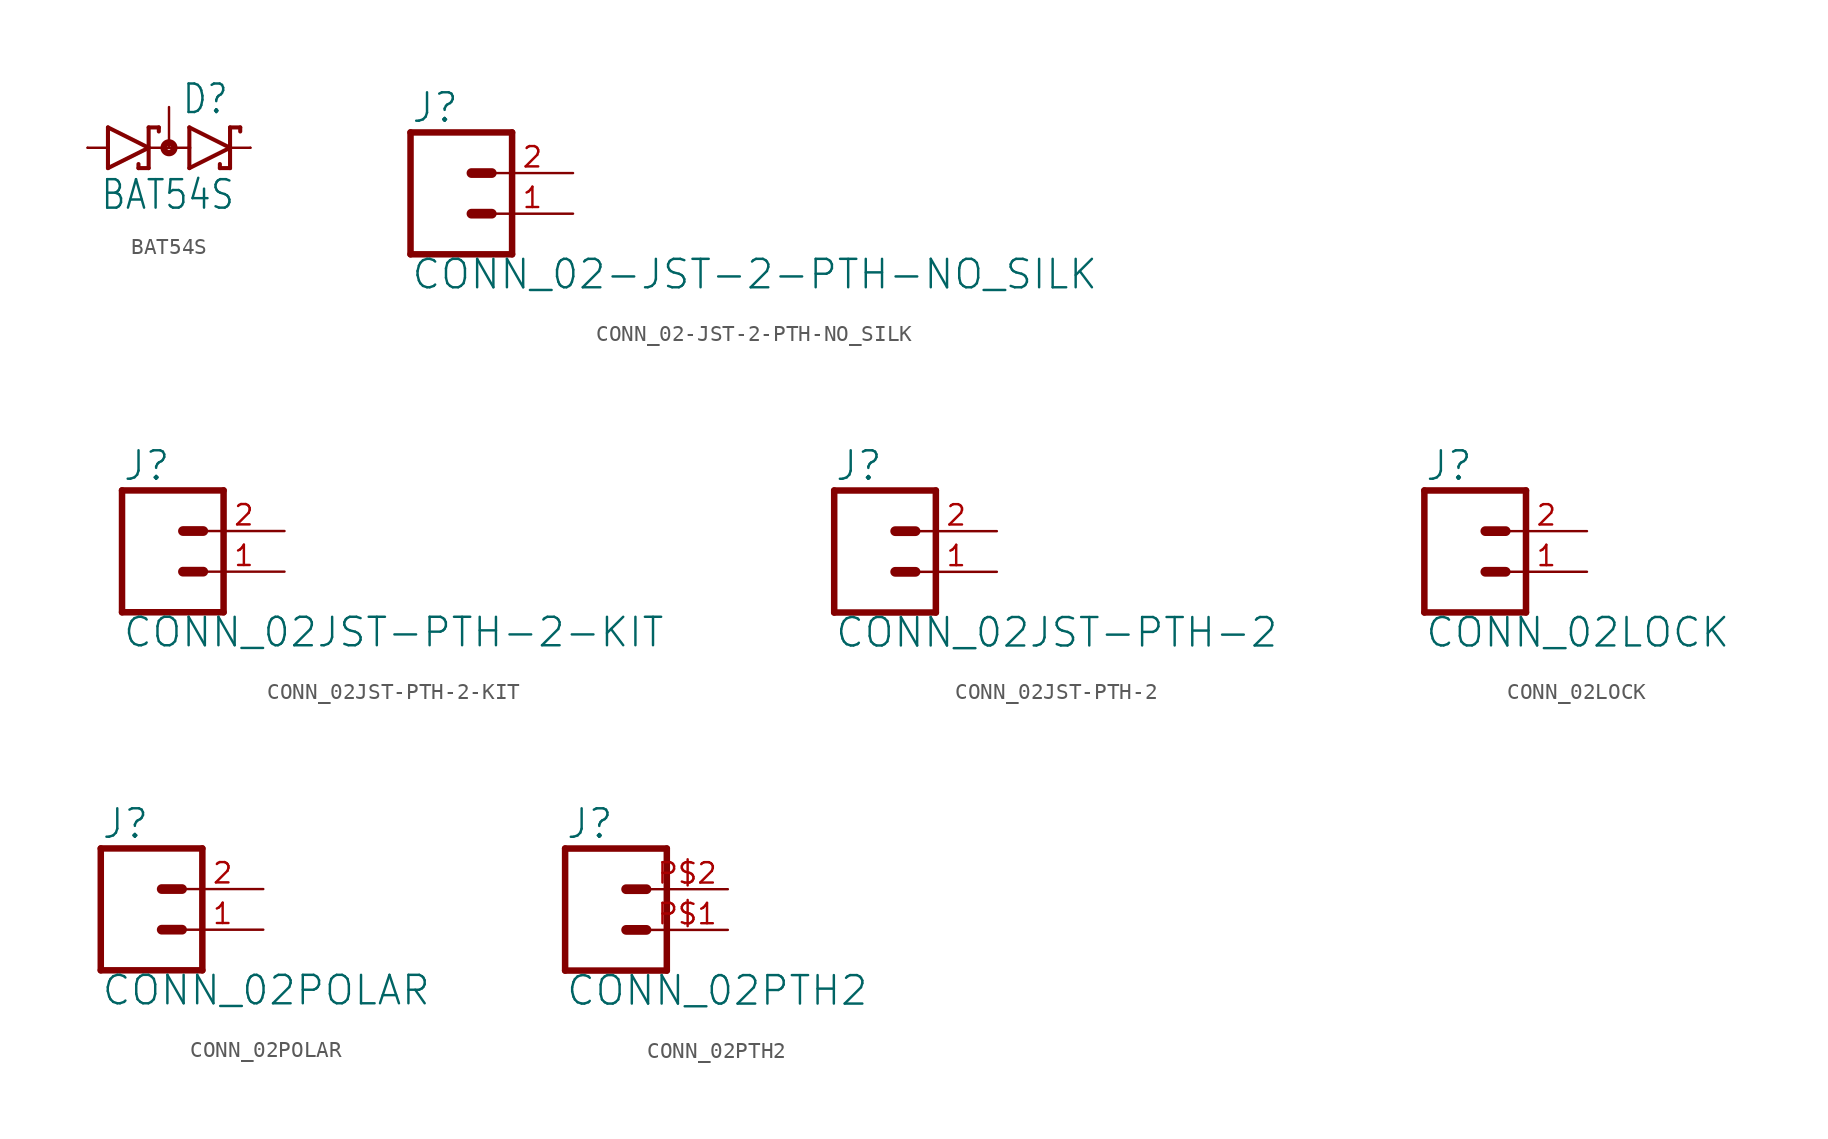
<source format=kicad_sym>
(kicad_symbol_lib
  (version 20211014)
  (generator kicad_symbol_editor)
  (symbol "BAT54S"
    (property "Reference" "D"
      (at 0.762 2.007 0)
      (effects (font (size 1.778 1.511)) (justify left bottom)))
    (property "Value" "BAT54S"
      (at -4.318 -3.962 0)
      (effects (font (size 1.778 1.511)) (justify left bottom)))
    (property "ki_locked" ""
      (at 0 0 0)
      (effects (font (size 1.27 1.27))))
    (symbol "BAT54S_1_0"
      (polyline (pts (xy -5.08 0) (xy -3.81 0)) (stroke (width 0.152) (type default) (color 0 0 0 0)) (fill (type none)))
      (polyline (pts (xy -3.81 -1.27) (xy -1.27 0)) (stroke (width 0.254) (type default) (color 0 0 0 0)) (fill (type none)))
      (polyline (pts (xy -3.81 0) (xy -3.81 -1.27)) (stroke (width 0.254) (type default) (color 0 0 0 0)) (fill (type none)))
      (polyline (pts (xy -3.81 1.27) (xy -3.81 0)) (stroke (width 0.254) (type default) (color 0 0 0 0)) (fill (type none)))
      (polyline (pts (xy -1.905 -1.016) (xy -1.905 -1.27)) (stroke (width 0.254) (type default) (color 0 0 0 0)) (fill (type none)))
      (polyline (pts (xy -1.27 -1.27) (xy -1.905 -1.27)) (stroke (width 0.254) (type default) (color 0 0 0 0)) (fill (type none)))
      (polyline (pts (xy -1.27 0) (xy -3.81 1.27)) (stroke (width 0.254) (type default) (color 0 0 0 0)) (fill (type none)))
      (polyline (pts (xy -1.27 0) (xy -1.27 -1.27)) (stroke (width 0.254) (type default) (color 0 0 0 0)) (fill (type none)))
      (polyline (pts (xy -1.27 0) (xy 1.27 0)) (stroke (width 0.152) (type default) (color 0 0 0 0)) (fill (type none)))
      (polyline (pts (xy -1.27 1.27) (xy -1.27 0)) (stroke (width 0.254) (type default) (color 0 0 0 0)) (fill (type none)))
      (polyline (pts (xy -0.635 1.016) (xy -0.635 1.27)) (stroke (width 0.254) (type default) (color 0 0 0 0)) (fill (type none)))
      (polyline (pts (xy -0.635 1.27) (xy -1.27 1.27)) (stroke (width 0.254) (type default) (color 0 0 0 0)) (fill (type none)))
      (polyline (pts (xy 1.27 -1.27) (xy 1.27 0)) (stroke (width 0.254) (type default) (color 0 0 0 0)) (fill (type none)))
      (polyline (pts (xy 1.27 0) (xy 1.27 1.27)) (stroke (width 0.254) (type default) (color 0 0 0 0)) (fill (type none)))
      (polyline (pts (xy 1.27 1.27) (xy 3.81 0)) (stroke (width 0.254) (type default) (color 0 0 0 0)) (fill (type none)))
      (polyline (pts (xy 3.175 -1.27) (xy 3.81 -1.27)) (stroke (width 0.254) (type default) (color 0 0 0 0)) (fill (type none)))
      (polyline (pts (xy 3.175 -1.016) (xy 3.175 -1.27)) (stroke (width 0.254) (type default) (color 0 0 0 0)) (fill (type none)))
      (polyline (pts (xy 3.81 -1.27) (xy 3.81 0)) (stroke (width 0.254) (type default) (color 0 0 0 0)) (fill (type none)))
      (polyline (pts (xy 3.81 0) (xy 1.27 -1.27)) (stroke (width 0.254) (type default) (color 0 0 0 0)) (fill (type none)))
      (polyline (pts (xy 3.81 0) (xy 3.81 1.27)) (stroke (width 0.254) (type default) (color 0 0 0 0)) (fill (type none)))
      (polyline (pts (xy 3.81 0) (xy 5.08 0)) (stroke (width 0.152) (type default) (color 0 0 0 0)) (fill (type none)))
      (polyline (pts (xy 3.81 1.27) (xy 4.445 1.27)) (stroke (width 0.254) (type default) (color 0 0 0 0)) (fill (type none)))
      (polyline (pts (xy 4.445 1.016) (xy 4.445 1.27)) (stroke (width 0.254) (type default) (color 0 0 0 0)) (fill (type none)))
      (circle (center 0 0) (radius 0.127) (stroke (width 0.406) (type default) (color 0 0 0 0)) (fill (type none)))
      (pin passive line (at -5.08 0 0) (length 0) (name "A1" (effects (font (size 0 0)))) (number "1" (effects (font (size 0 0)))))
      (pin passive line (at 5.08 0 180) (length 0) (name "C2" (effects (font (size 0 0)))) (number "2" (effects (font (size 0 0)))))
      (pin passive line (at 0 2.54 270) (length 2.54) (name "C1A2" (effects (font (size 0 0)))) (number "3" (effects (font (size 0 0)))))))
  (symbol "CONN_02-JST-2-PTH-NO_SILK"
    (property "Reference" "J"
      (at -2.54 5.588 0)
      (effects (font (size 1.778 1.778)) (justify left bottom)))
    (property "Value" "CONN_02-JST-2-PTH-NO_SILK"
      (at -2.54 -4.826 0)
      (effects (font (size 1.778 1.778)) (justify left bottom)))
    (property "ki_locked" ""
      (at 0 0 0)
      (effects (font (size 1.27 1.27))))
    (symbol "CONN_02-JST-2-PTH-NO_SILK_1_0"
      (polyline (pts (xy -2.54 5.08) (xy -2.54 -2.54)) (stroke (width 0.406) (type default) (color 0 0 0 0)) (fill (type none)))
      (polyline (pts (xy -2.54 5.08) (xy 3.81 5.08)) (stroke (width 0.406) (type default) (color 0 0 0 0)) (fill (type none)))
      (polyline (pts (xy 1.27 0) (xy 2.54 0)) (stroke (width 0.61) (type default) (color 0 0 0 0)) (fill (type none)))
      (polyline (pts (xy 1.27 2.54) (xy 2.54 2.54)) (stroke (width 0.61) (type default) (color 0 0 0 0)) (fill (type none)))
      (polyline (pts (xy 3.81 -2.54) (xy -2.54 -2.54)) (stroke (width 0.406) (type default) (color 0 0 0 0)) (fill (type none)))
      (polyline (pts (xy 3.81 -2.54) (xy 3.81 5.08)) (stroke (width 0.406) (type default) (color 0 0 0 0)) (fill (type none)))
      (pin passive line (at 7.62 0 180) (length 5.08) (name "1" (effects (font (size 0 0)))) (number "1" (effects (font (size 1.27 1.27)))))
      (pin passive line (at 7.62 2.54 180) (length 5.08) (name "2" (effects (font (size 0 0)))) (number "2" (effects (font (size 1.27 1.27)))))))
  (symbol "CONN_02JST-PTH-2-KIT"
    (property "Reference" "J"
      (at -2.54 5.588 0)
      (effects (font (size 1.778 1.778)) (justify left bottom)))
    (property "Value" "CONN_02JST-PTH-2-KIT"
      (at -2.54 -4.826 0)
      (effects (font (size 1.778 1.778)) (justify left bottom)))
    (property "ki_locked" ""
      (at 0 0 0)
      (effects (font (size 1.27 1.27))))
    (symbol "CONN_02JST-PTH-2-KIT_1_0"
      (polyline (pts (xy -2.54 5.08) (xy -2.54 -2.54)) (stroke (width 0.406) (type default) (color 0 0 0 0)) (fill (type none)))
      (polyline (pts (xy -2.54 5.08) (xy 3.81 5.08)) (stroke (width 0.406) (type default) (color 0 0 0 0)) (fill (type none)))
      (polyline (pts (xy 1.27 0) (xy 2.54 0)) (stroke (width 0.61) (type default) (color 0 0 0 0)) (fill (type none)))
      (polyline (pts (xy 1.27 2.54) (xy 2.54 2.54)) (stroke (width 0.61) (type default) (color 0 0 0 0)) (fill (type none)))
      (polyline (pts (xy 3.81 -2.54) (xy -2.54 -2.54)) (stroke (width 0.406) (type default) (color 0 0 0 0)) (fill (type none)))
      (polyline (pts (xy 3.81 -2.54) (xy 3.81 5.08)) (stroke (width 0.406) (type default) (color 0 0 0 0)) (fill (type none)))
      (pin passive line (at 7.62 0 180) (length 5.08) (name "1" (effects (font (size 0 0)))) (number "1" (effects (font (size 1.27 1.27)))))
      (pin passive line (at 7.62 2.54 180) (length 5.08) (name "2" (effects (font (size 0 0)))) (number "2" (effects (font (size 1.27 1.27)))))))
  (symbol "CONN_02JST-PTH-2"
    (property "Reference" "J"
      (at -2.54 5.588 0)
      (effects (font (size 1.778 1.778)) (justify left bottom)))
    (property "Value" "CONN_02JST-PTH-2"
      (at -2.54 -4.826 0)
      (effects (font (size 1.778 1.778)) (justify left bottom)))
    (property "ki_locked" ""
      (at 0 0 0)
      (effects (font (size 1.27 1.27))))
    (symbol "CONN_02JST-PTH-2_1_0"
      (polyline (pts (xy -2.54 5.08) (xy -2.54 -2.54)) (stroke (width 0.406) (type default) (color 0 0 0 0)) (fill (type none)))
      (polyline (pts (xy -2.54 5.08) (xy 3.81 5.08)) (stroke (width 0.406) (type default) (color 0 0 0 0)) (fill (type none)))
      (polyline (pts (xy 1.27 0) (xy 2.54 0)) (stroke (width 0.61) (type default) (color 0 0 0 0)) (fill (type none)))
      (polyline (pts (xy 1.27 2.54) (xy 2.54 2.54)) (stroke (width 0.61) (type default) (color 0 0 0 0)) (fill (type none)))
      (polyline (pts (xy 3.81 -2.54) (xy -2.54 -2.54)) (stroke (width 0.406) (type default) (color 0 0 0 0)) (fill (type none)))
      (polyline (pts (xy 3.81 -2.54) (xy 3.81 5.08)) (stroke (width 0.406) (type default) (color 0 0 0 0)) (fill (type none)))
      (pin passive line (at 7.62 0 180) (length 5.08) (name "1" (effects (font (size 0 0)))) (number "1" (effects (font (size 1.27 1.27)))))
      (pin passive line (at 7.62 2.54 180) (length 5.08) (name "2" (effects (font (size 0 0)))) (number "2" (effects (font (size 1.27 1.27)))))))
  (symbol "CONN_02LOCK"
    (property "Reference" "J"
      (at -2.54 5.588 0)
      (effects (font (size 1.778 1.778)) (justify left bottom)))
    (property "Value" "CONN_02LOCK"
      (at -2.54 -4.826 0)
      (effects (font (size 1.778 1.778)) (justify left bottom)))
    (property "ki_locked" ""
      (at 0 0 0)
      (effects (font (size 1.27 1.27))))
    (symbol "CONN_02LOCK_1_0"
      (polyline (pts (xy -2.54 5.08) (xy -2.54 -2.54)) (stroke (width 0.406) (type default) (color 0 0 0 0)) (fill (type none)))
      (polyline (pts (xy -2.54 5.08) (xy 3.81 5.08)) (stroke (width 0.406) (type default) (color 0 0 0 0)) (fill (type none)))
      (polyline (pts (xy 1.27 0) (xy 2.54 0)) (stroke (width 0.61) (type default) (color 0 0 0 0)) (fill (type none)))
      (polyline (pts (xy 1.27 2.54) (xy 2.54 2.54)) (stroke (width 0.61) (type default) (color 0 0 0 0)) (fill (type none)))
      (polyline (pts (xy 3.81 -2.54) (xy -2.54 -2.54)) (stroke (width 0.406) (type default) (color 0 0 0 0)) (fill (type none)))
      (polyline (pts (xy 3.81 -2.54) (xy 3.81 5.08)) (stroke (width 0.406) (type default) (color 0 0 0 0)) (fill (type none)))
      (pin passive line (at 7.62 0 180) (length 5.08) (name "1" (effects (font (size 0 0)))) (number "1" (effects (font (size 1.27 1.27)))))
      (pin passive line (at 7.62 2.54 180) (length 5.08) (name "2" (effects (font (size 0 0)))) (number "2" (effects (font (size 1.27 1.27)))))))
  (symbol "CONN_02POLAR"
    (property "Reference" "J"
      (at -2.54 5.588 0)
      (effects (font (size 1.778 1.778)) (justify left bottom)))
    (property "Value" "CONN_02POLAR"
      (at -2.54 -4.826 0)
      (effects (font (size 1.778 1.778)) (justify left bottom)))
    (property "ki_locked" ""
      (at 0 0 0)
      (effects (font (size 1.27 1.27))))
    (symbol "CONN_02POLAR_1_0"
      (polyline (pts (xy -2.54 5.08) (xy -2.54 -2.54)) (stroke (width 0.406) (type default) (color 0 0 0 0)) (fill (type none)))
      (polyline (pts (xy -2.54 5.08) (xy 3.81 5.08)) (stroke (width 0.406) (type default) (color 0 0 0 0)) (fill (type none)))
      (polyline (pts (xy 1.27 0) (xy 2.54 0)) (stroke (width 0.61) (type default) (color 0 0 0 0)) (fill (type none)))
      (polyline (pts (xy 1.27 2.54) (xy 2.54 2.54)) (stroke (width 0.61) (type default) (color 0 0 0 0)) (fill (type none)))
      (polyline (pts (xy 3.81 -2.54) (xy -2.54 -2.54)) (stroke (width 0.406) (type default) (color 0 0 0 0)) (fill (type none)))
      (polyline (pts (xy 3.81 -2.54) (xy 3.81 5.08)) (stroke (width 0.406) (type default) (color 0 0 0 0)) (fill (type none)))
      (pin passive line (at 7.62 0 180) (length 5.08) (name "1" (effects (font (size 0 0)))) (number "1" (effects (font (size 1.27 1.27)))))
      (pin passive line (at 7.62 2.54 180) (length 5.08) (name "2" (effects (font (size 0 0)))) (number "2" (effects (font (size 1.27 1.27)))))))
  (symbol "CONN_02PTH2"
    (property "Reference" "J"
      (at -2.54 5.588 0)
      (effects (font (size 1.778 1.778)) (justify left bottom)))
    (property "Value" "CONN_02PTH2"
      (at -2.54 -4.826 0)
      (effects (font (size 1.778 1.778)) (justify left bottom)))
    (property "ki_locked" ""
      (at 0 0 0)
      (effects (font (size 1.27 1.27))))
    (symbol "CONN_02PTH2_1_0"
      (polyline (pts (xy -2.54 5.08) (xy -2.54 -2.54)) (stroke (width 0.406) (type default) (color 0 0 0 0)) (fill (type none)))
      (polyline (pts (xy -2.54 5.08) (xy 3.81 5.08)) (stroke (width 0.406) (type default) (color 0 0 0 0)) (fill (type none)))
      (polyline (pts (xy 1.27 0) (xy 2.54 0)) (stroke (width 0.61) (type default) (color 0 0 0 0)) (fill (type none)))
      (polyline (pts (xy 1.27 2.54) (xy 2.54 2.54)) (stroke (width 0.61) (type default) (color 0 0 0 0)) (fill (type none)))
      (polyline (pts (xy 3.81 -2.54) (xy -2.54 -2.54)) (stroke (width 0.406) (type default) (color 0 0 0 0)) (fill (type none)))
      (polyline (pts (xy 3.81 -2.54) (xy 3.81 5.08)) (stroke (width 0.406) (type default) (color 0 0 0 0)) (fill (type none)))
      (pin passive line (at 7.62 0 180) (length 5.08) (name "1" (effects (font (size 0 0)))) (number "P$1" (effects (font (size 1.27 1.27)))))
      (pin passive line (at 7.62 2.54 180) (length 5.08) (name "2" (effects (font (size 0 0)))) (number "P$2" (effects (font (size 1.27 1.27))))))))
</source>
